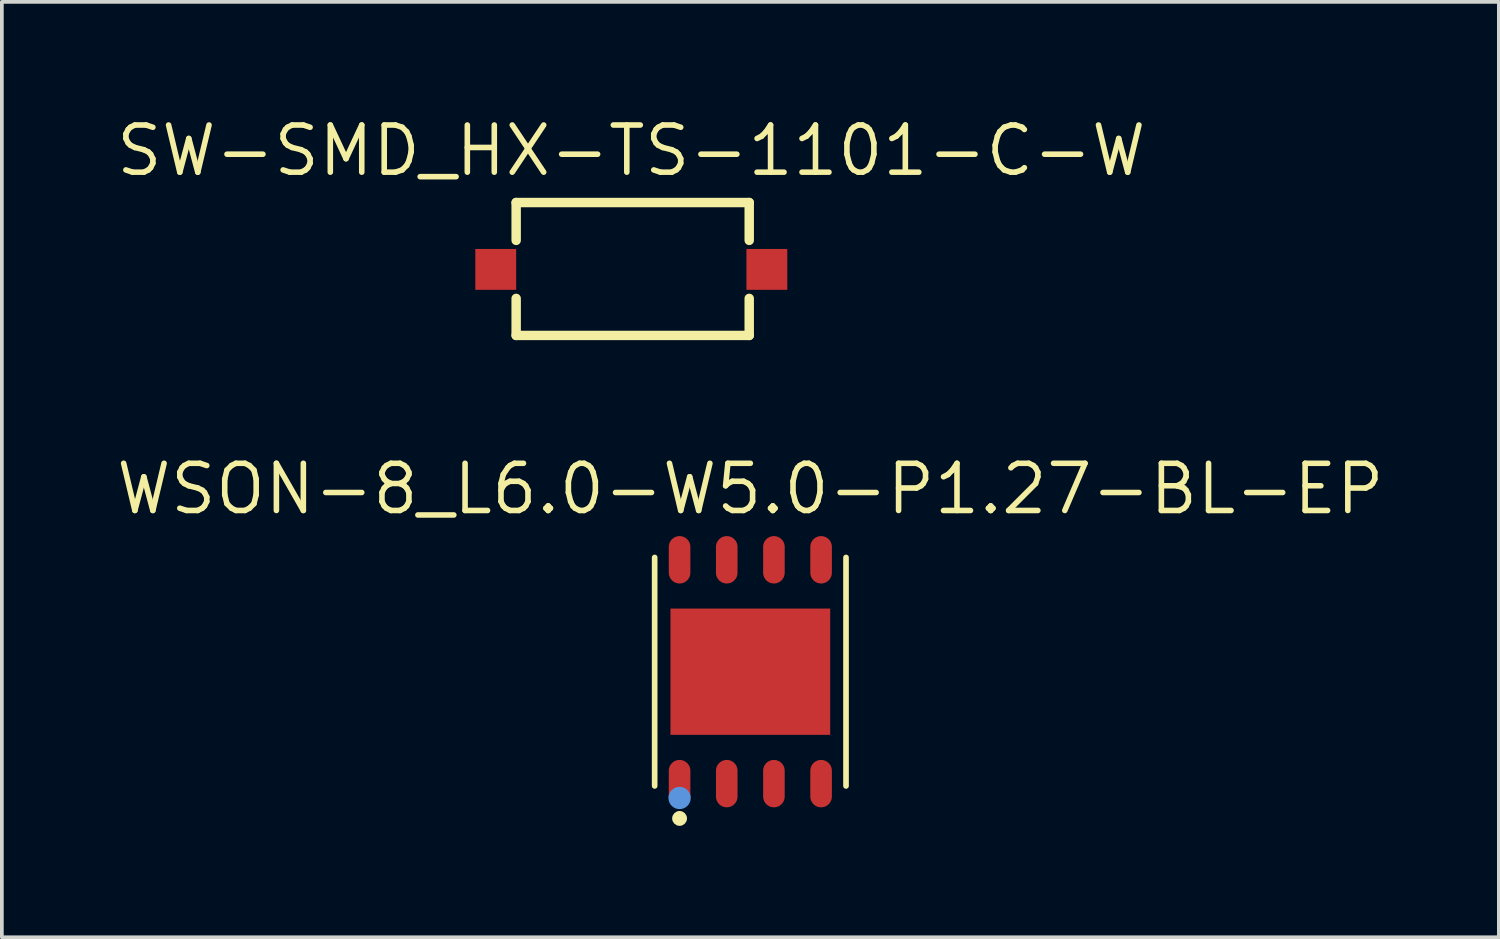
<source format=kicad_pcb>
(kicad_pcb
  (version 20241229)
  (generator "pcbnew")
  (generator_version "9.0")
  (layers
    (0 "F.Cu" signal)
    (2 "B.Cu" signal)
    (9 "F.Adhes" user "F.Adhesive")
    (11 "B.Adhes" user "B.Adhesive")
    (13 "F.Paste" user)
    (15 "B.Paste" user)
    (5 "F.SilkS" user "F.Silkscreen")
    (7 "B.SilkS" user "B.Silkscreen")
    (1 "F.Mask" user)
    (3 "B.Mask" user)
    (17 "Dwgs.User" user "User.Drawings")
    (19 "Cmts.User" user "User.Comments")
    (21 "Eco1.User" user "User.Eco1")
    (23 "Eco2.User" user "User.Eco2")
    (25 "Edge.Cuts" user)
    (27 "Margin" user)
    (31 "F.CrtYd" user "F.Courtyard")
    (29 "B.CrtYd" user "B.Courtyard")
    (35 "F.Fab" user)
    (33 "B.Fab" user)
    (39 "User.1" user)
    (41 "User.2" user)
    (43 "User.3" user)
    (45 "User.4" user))
  (footprint "WSON-8_L6.0-W5.0-P1.27-BL-EP"
    (layer "F.Cu")
    (at 17.152 15.035)
    (property "Reference" "WSON-8_L6.0-W5.0-P1.27-BL-EP" (at 0 -4.921 0) (layer "F.SilkS") (effects (font (size 1.27 1.27) (thickness 0.15))))
    (attr smd)
    (fp_line (start -2.576 3.076) (end -2.576 -3.076) (stroke (width 0.152) (type solid)) (layer "F.SilkS"))
    (fp_line (start 2.576 -3.076) (end 2.576 3.076) (stroke (width 0.152) (type solid)) (layer "F.SilkS"))
    (fp_circle (center -1.905 3.95) (end -1.805 3.95) (stroke (width 0.2) (type solid)) (fill no) (layer "F.SilkS"))
    (fp_circle (center -1.905 3.4) (end -1.755 3.4) (stroke (width 0.3) (type solid)) (fill no) (layer "Cmts.User"))
    (fp_text user "" (at 0 0 0) (layer "Cmts.User") (effects (font (size 1 1) (thickness 0.15))))
    (pad "1" smd oval (at -1.905 3.013) (size 0.581 1.276) (layers "F.Cu" "F.Mask" "F.Paste"))
    (pad "2" smd oval (at -0.635 3.013) (size 0.581 1.276) (layers "F.Cu" "F.Mask" "F.Paste"))
    (pad "3" smd oval (at 0.635 3.013) (size 0.581 1.276) (layers "F.Cu" "F.Mask" "F.Paste"))
    (pad "4" smd oval (at 1.905 3.013) (size 0.581 1.276) (layers "F.Cu" "F.Mask" "F.Paste"))
    (pad "5" smd oval (at 1.905 -3.013) (size 0.581 1.276) (layers "F.Cu" "F.Mask" "F.Paste"))
    (pad "6" smd oval (at 0.635 -3.013) (size 0.581 1.276) (layers "F.Cu" "F.Mask" "F.Paste"))
    (pad "7" smd oval (at -0.635 -3.013) (size 0.581 1.276) (layers "F.Cu" "F.Mask" "F.Paste"))
    (pad "8" smd oval (at -1.905 -3.013) (size 0.581 1.276) (layers "F.Cu" "F.Mask" "F.Paste"))
    (pad "9" smd rect (at 0 0) (size 4.3 3.4) (layers "F.Cu" "F.Mask" "F.Paste")))
  (footprint "SW-SMD_HX-TS-1101-C-W"
    (layer "F.Cu")
    (at 13.947 4.203)
    (property "Reference" "SW-SMD_HX-TS-1101-C-W" (at 0 -3.197 0) (layer "F.SilkS") (effects (font (size 1.27 1.27) (thickness 0.15))))
    (attr smd)
    (fp_line (start -3.1 -1.8) (end -3.1 -0.781) (stroke (width 0.254) (type solid)) (layer "F.SilkS"))
    (fp_line (start -3.1 -1.8) (end 3.175 -1.8) (stroke (width 0.254) (type solid)) (layer "F.SilkS"))
    (fp_line (start -3.1 0.781) (end -3.1 1.778) (stroke (width 0.254) (type solid)) (layer "F.SilkS"))
    (fp_line (start -3.1 1.778) (end 3.175 1.778) (stroke (width 0.254) (type solid)) (layer "F.SilkS"))
    (fp_line (start 3.175 -0.781) (end 3.175 -1.8) (stroke (width 0.254) (type solid)) (layer "F.SilkS"))
    (fp_line (start 3.175 1.778) (end 3.175 0.781) (stroke (width 0.254) (type solid)) (layer "F.SilkS"))
    (fp_text user "" (at 0 0 0) (layer "Cmts.User") (effects (font (size 1 1) (thickness 0.15))))
    (pad "1" smd rect (at -3.65 0) (size 1.1 1.1) (layers "F.Cu" "F.Mask" "F.Paste"))
    (pad "2" smd rect (at 3.65 0) (size 1.1 1.1) (layers "F.Cu" "F.Mask" "F.Paste")))
  (gr_rect
    (start -3 -3)
    (end 37.305 22.185)
    (stroke (width 0.1) (type default))
    (fill no)
    (layer "Edge.Cuts")))
</source>
